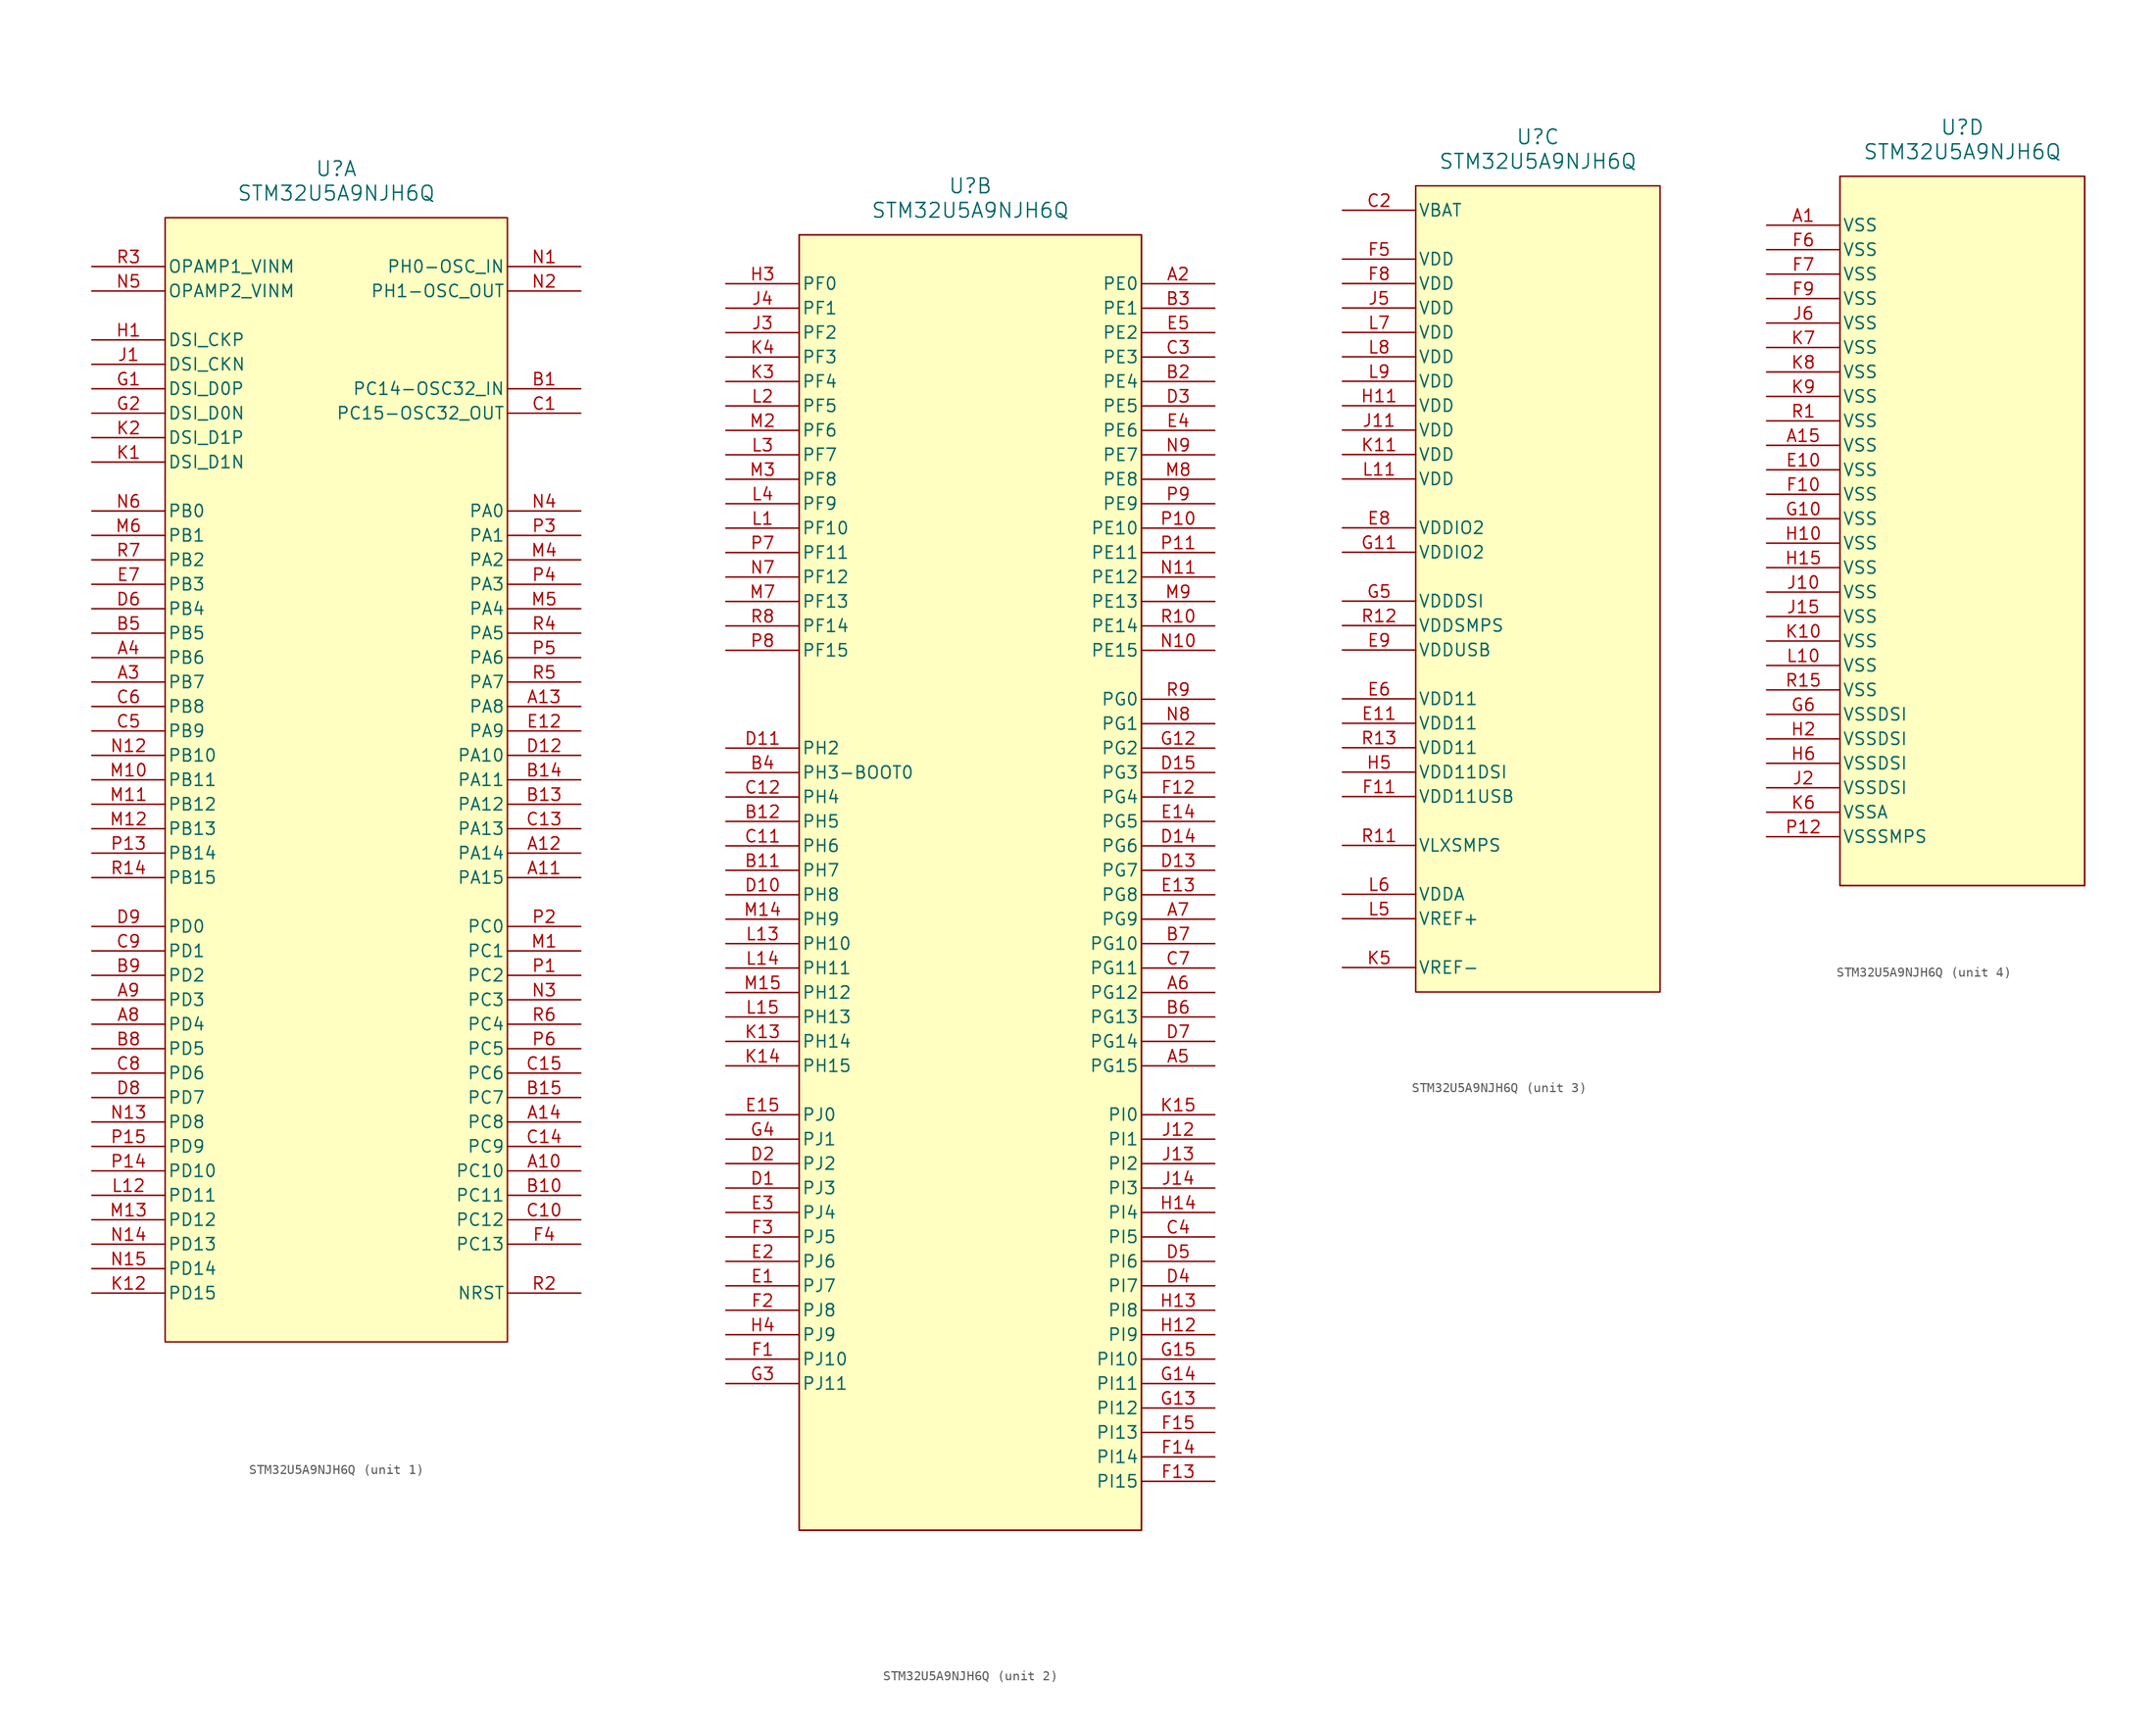
<source format=kicad_sym>
(kicad_symbol_lib
  (version 20220914)
  (generator kicad_symbol_editor)
  (symbol "STM32U5A9NJH6Q"
    (pin_names
      (offset 0.254))
    (property "Reference" "U"
      (at 0 40.64 0)
      (effects (font (size 1.524 1.524))))
    (property "Value" "STM32U5A9NJH6Q"
      (at 0 38.1 0)
      (effects (font (size 1.524 1.524))))
    (property "ki_locked" ""
      (at 0 0 0)
      (effects (font (size 1.27 1.27))))
    (symbol "STM32U5A9NJH6Q_1_1"
      (rectangle (start -17.78 35.56) (end 17.78 -81.28) (stroke (width 0) (type default)) (fill (type background)))
      (pin bidirectional line (at 25.4 -63.5 180) (length 7.62) (name "PC10" (effects (font (size 1.27 1.27)))) (number "A10" (effects (font (size 1.27 1.27)))))
      (pin bidirectional line (at 25.4 -33.02 180) (length 7.62) (name "PA15" (effects (font (size 1.27 1.27)))) (number "A11" (effects (font (size 1.27 1.27)))))
      (pin bidirectional line (at 25.4 -30.48 180) (length 7.62) (name "PA14" (effects (font (size 1.27 1.27)))) (number "A12" (effects (font (size 1.27 1.27)))))
      (pin bidirectional line (at 25.4 -15.24 180) (length 7.62) (name "PA8" (effects (font (size 1.27 1.27)))) (number "A13" (effects (font (size 1.27 1.27)))))
      (pin bidirectional line (at 25.4 -58.42 180) (length 7.62) (name "PC8" (effects (font (size 1.27 1.27)))) (number "A14" (effects (font (size 1.27 1.27)))))
      (pin bidirectional line (at -25.4 -12.7 0) (length 7.62) (name "PB7" (effects (font (size 1.27 1.27)))) (number "A3" (effects (font (size 1.27 1.27)))))
      (pin bidirectional line (at -25.4 -10.16 0) (length 7.62) (name "PB6" (effects (font (size 1.27 1.27)))) (number "A4" (effects (font (size 1.27 1.27)))))
      (pin bidirectional line (at -25.4 -48.26 0) (length 7.62) (name "PD4" (effects (font (size 1.27 1.27)))) (number "A8" (effects (font (size 1.27 1.27)))))
      (pin bidirectional line (at -25.4 -45.72 0) (length 7.62) (name "PD3" (effects (font (size 1.27 1.27)))) (number "A9" (effects (font (size 1.27 1.27)))))
      (pin bidirectional line (at 25.4 17.78 180) (length 7.62) (name "PC14-OSC32_IN" (effects (font (size 1.27 1.27)))) (number "B1" (effects (font (size 1.27 1.27)))))
      (pin bidirectional line (at 25.4 -66.04 180) (length 7.62) (name "PC11" (effects (font (size 1.27 1.27)))) (number "B10" (effects (font (size 1.27 1.27)))))
      (pin bidirectional line (at 25.4 -25.4 180) (length 7.62) (name "PA12" (effects (font (size 1.27 1.27)))) (number "B13" (effects (font (size 1.27 1.27)))))
      (pin bidirectional line (at 25.4 -22.86 180) (length 7.62) (name "PA11" (effects (font (size 1.27 1.27)))) (number "B14" (effects (font (size 1.27 1.27)))))
      (pin bidirectional line (at 25.4 -55.88 180) (length 7.62) (name "PC7" (effects (font (size 1.27 1.27)))) (number "B15" (effects (font (size 1.27 1.27)))))
      (pin bidirectional line (at -25.4 -7.62 0) (length 7.62) (name "PB5" (effects (font (size 1.27 1.27)))) (number "B5" (effects (font (size 1.27 1.27)))))
      (pin bidirectional line (at -25.4 -50.8 0) (length 7.62) (name "PD5" (effects (font (size 1.27 1.27)))) (number "B8" (effects (font (size 1.27 1.27)))))
      (pin bidirectional line (at -25.4 -43.18 0) (length 7.62) (name "PD2" (effects (font (size 1.27 1.27)))) (number "B9" (effects (font (size 1.27 1.27)))))
      (pin bidirectional line (at 25.4 15.24 180) (length 7.62) (name "PC15-OSC32_OUT" (effects (font (size 1.27 1.27)))) (number "C1" (effects (font (size 1.27 1.27)))))
      (pin bidirectional line (at 25.4 -68.58 180) (length 7.62) (name "PC12" (effects (font (size 1.27 1.27)))) (number "C10" (effects (font (size 1.27 1.27)))))
      (pin bidirectional line (at 25.4 -27.94 180) (length 7.62) (name "PA13" (effects (font (size 1.27 1.27)))) (number "C13" (effects (font (size 1.27 1.27)))))
      (pin bidirectional line (at 25.4 -60.96 180) (length 7.62) (name "PC9" (effects (font (size 1.27 1.27)))) (number "C14" (effects (font (size 1.27 1.27)))))
      (pin bidirectional line (at 25.4 -53.34 180) (length 7.62) (name "PC6" (effects (font (size 1.27 1.27)))) (number "C15" (effects (font (size 1.27 1.27)))))
      (pin bidirectional line (at -25.4 -17.78 0) (length 7.62) (name "PB9" (effects (font (size 1.27 1.27)))) (number "C5" (effects (font (size 1.27 1.27)))))
      (pin bidirectional line (at -25.4 -15.24 0) (length 7.62) (name "PB8" (effects (font (size 1.27 1.27)))) (number "C6" (effects (font (size 1.27 1.27)))))
      (pin bidirectional line (at -25.4 -53.34 0) (length 7.62) (name "PD6" (effects (font (size 1.27 1.27)))) (number "C8" (effects (font (size 1.27 1.27)))))
      (pin bidirectional line (at -25.4 -40.64 0) (length 7.62) (name "PD1" (effects (font (size 1.27 1.27)))) (number "C9" (effects (font (size 1.27 1.27)))))
      (pin bidirectional line (at 25.4 -20.32 180) (length 7.62) (name "PA10" (effects (font (size 1.27 1.27)))) (number "D12" (effects (font (size 1.27 1.27)))))
      (pin bidirectional line (at -25.4 -5.08 0) (length 7.62) (name "PB4" (effects (font (size 1.27 1.27)))) (number "D6" (effects (font (size 1.27 1.27)))))
      (pin bidirectional line (at -25.4 -55.88 0) (length 7.62) (name "PD7" (effects (font (size 1.27 1.27)))) (number "D8" (effects (font (size 1.27 1.27)))))
      (pin bidirectional line (at -25.4 -38.1 0) (length 7.62) (name "PD0" (effects (font (size 1.27 1.27)))) (number "D9" (effects (font (size 1.27 1.27)))))
      (pin bidirectional line (at 25.4 -17.78 180) (length 7.62) (name "PA9" (effects (font (size 1.27 1.27)))) (number "E12" (effects (font (size 1.27 1.27)))))
      (pin bidirectional line (at -25.4 -2.54 0) (length 7.62) (name "PB3" (effects (font (size 1.27 1.27)))) (number "E7" (effects (font (size 1.27 1.27)))))
      (pin bidirectional line (at 25.4 -71.12 180) (length 7.62) (name "PC13" (effects (font (size 1.27 1.27)))) (number "F4" (effects (font (size 1.27 1.27)))))
      (pin bidirectional line (at -25.4 17.78 0) (length 7.62) (name "DSI_D0P" (effects (font (size 1.27 1.27)))) (number "G1" (effects (font (size 1.27 1.27)))))
      (pin bidirectional line (at -25.4 15.24 0) (length 7.62) (name "DSI_D0N" (effects (font (size 1.27 1.27)))) (number "G2" (effects (font (size 1.27 1.27)))))
      (pin bidirectional line (at -25.4 22.86 0) (length 7.62) (name "DSI_CKP" (effects (font (size 1.27 1.27)))) (number "H1" (effects (font (size 1.27 1.27)))))
      (pin bidirectional line (at -25.4 20.32 0) (length 7.62) (name "DSI_CKN" (effects (font (size 1.27 1.27)))) (number "J1" (effects (font (size 1.27 1.27)))))
      (pin bidirectional line (at -25.4 10.16 0) (length 7.62) (name "DSI_D1N" (effects (font (size 1.27 1.27)))) (number "K1" (effects (font (size 1.27 1.27)))))
      (pin bidirectional line (at -25.4 -76.2 0) (length 7.62) (name "PD15" (effects (font (size 1.27 1.27)))) (number "K12" (effects (font (size 1.27 1.27)))))
      (pin bidirectional line (at -25.4 12.7 0) (length 7.62) (name "DSI_D1P" (effects (font (size 1.27 1.27)))) (number "K2" (effects (font (size 1.27 1.27)))))
      (pin bidirectional line (at -25.4 -66.04 0) (length 7.62) (name "PD11" (effects (font (size 1.27 1.27)))) (number "L12" (effects (font (size 1.27 1.27)))))
      (pin bidirectional line (at 25.4 -40.64 180) (length 7.62) (name "PC1" (effects (font (size 1.27 1.27)))) (number "M1" (effects (font (size 1.27 1.27)))))
      (pin bidirectional line (at -25.4 -22.86 0) (length 7.62) (name "PB11" (effects (font (size 1.27 1.27)))) (number "M10" (effects (font (size 1.27 1.27)))))
      (pin bidirectional line (at -25.4 -25.4 0) (length 7.62) (name "PB12" (effects (font (size 1.27 1.27)))) (number "M11" (effects (font (size 1.27 1.27)))))
      (pin bidirectional line (at -25.4 -27.94 0) (length 7.62) (name "PB13" (effects (font (size 1.27 1.27)))) (number "M12" (effects (font (size 1.27 1.27)))))
      (pin bidirectional line (at -25.4 -68.58 0) (length 7.62) (name "PD12" (effects (font (size 1.27 1.27)))) (number "M13" (effects (font (size 1.27 1.27)))))
      (pin bidirectional line (at 25.4 0 180) (length 7.62) (name "PA2" (effects (font (size 1.27 1.27)))) (number "M4" (effects (font (size 1.27 1.27)))))
      (pin bidirectional line (at 25.4 -5.08 180) (length 7.62) (name "PA4" (effects (font (size 1.27 1.27)))) (number "M5" (effects (font (size 1.27 1.27)))))
      (pin bidirectional line (at -25.4 2.54 0) (length 7.62) (name "PB1" (effects (font (size 1.27 1.27)))) (number "M6" (effects (font (size 1.27 1.27)))))
      (pin bidirectional line (at 25.4 30.48 180) (length 7.62) (name "PH0-OSC_IN" (effects (font (size 1.27 1.27)))) (number "N1" (effects (font (size 1.27 1.27)))))
      (pin bidirectional line (at -25.4 -20.32 0) (length 7.62) (name "PB10" (effects (font (size 1.27 1.27)))) (number "N12" (effects (font (size 1.27 1.27)))))
      (pin bidirectional line (at -25.4 -58.42 0) (length 7.62) (name "PD8" (effects (font (size 1.27 1.27)))) (number "N13" (effects (font (size 1.27 1.27)))))
      (pin bidirectional line (at -25.4 -71.12 0) (length 7.62) (name "PD13" (effects (font (size 1.27 1.27)))) (number "N14" (effects (font (size 1.27 1.27)))))
      (pin bidirectional line (at -25.4 -73.66 0) (length 7.62) (name "PD14" (effects (font (size 1.27 1.27)))) (number "N15" (effects (font (size 1.27 1.27)))))
      (pin bidirectional line (at 25.4 27.94 180) (length 7.62) (name "PH1-OSC_OUT" (effects (font (size 1.27 1.27)))) (number "N2" (effects (font (size 1.27 1.27)))))
      (pin bidirectional line (at 25.4 -45.72 180) (length 7.62) (name "PC3" (effects (font (size 1.27 1.27)))) (number "N3" (effects (font (size 1.27 1.27)))))
      (pin bidirectional line (at 25.4 5.08 180) (length 7.62) (name "PA0" (effects (font (size 1.27 1.27)))) (number "N4" (effects (font (size 1.27 1.27)))))
      (pin input line (at -25.4 27.94 0) (length 7.62) (name "OPAMP2_VINM" (effects (font (size 1.27 1.27)))) (number "N5" (effects (font (size 1.27 1.27)))))
      (pin bidirectional line (at -25.4 5.08 0) (length 7.62) (name "PB0" (effects (font (size 1.27 1.27)))) (number "N6" (effects (font (size 1.27 1.27)))))
      (pin bidirectional line (at 25.4 -43.18 180) (length 7.62) (name "PC2" (effects (font (size 1.27 1.27)))) (number "P1" (effects (font (size 1.27 1.27)))))
      (pin bidirectional line (at -25.4 -30.48 0) (length 7.62) (name "PB14" (effects (font (size 1.27 1.27)))) (number "P13" (effects (font (size 1.27 1.27)))))
      (pin bidirectional line (at -25.4 -63.5 0) (length 7.62) (name "PD10" (effects (font (size 1.27 1.27)))) (number "P14" (effects (font (size 1.27 1.27)))))
      (pin bidirectional line (at -25.4 -60.96 0) (length 7.62) (name "PD9" (effects (font (size 1.27 1.27)))) (number "P15" (effects (font (size 1.27 1.27)))))
      (pin bidirectional line (at 25.4 -38.1 180) (length 7.62) (name "PC0" (effects (font (size 1.27 1.27)))) (number "P2" (effects (font (size 1.27 1.27)))))
      (pin bidirectional line (at 25.4 2.54 180) (length 7.62) (name "PA1" (effects (font (size 1.27 1.27)))) (number "P3" (effects (font (size 1.27 1.27)))))
      (pin bidirectional line (at 25.4 -2.54 180) (length 7.62) (name "PA3" (effects (font (size 1.27 1.27)))) (number "P4" (effects (font (size 1.27 1.27)))))
      (pin bidirectional line (at 25.4 -10.16 180) (length 7.62) (name "PA6" (effects (font (size 1.27 1.27)))) (number "P5" (effects (font (size 1.27 1.27)))))
      (pin bidirectional line (at 25.4 -50.8 180) (length 7.62) (name "PC5" (effects (font (size 1.27 1.27)))) (number "P6" (effects (font (size 1.27 1.27)))))
      (pin bidirectional line (at -25.4 -33.02 0) (length 7.62) (name "PB15" (effects (font (size 1.27 1.27)))) (number "R14" (effects (font (size 1.27 1.27)))))
      (pin bidirectional line (at 25.4 -76.2 180) (length 7.62) (name "NRST" (effects (font (size 1.27 1.27)))) (number "R2" (effects (font (size 1.27 1.27)))))
      (pin input line (at -25.4 30.48 0) (length 7.62) (name "OPAMP1_VINM" (effects (font (size 1.27 1.27)))) (number "R3" (effects (font (size 1.27 1.27)))))
      (pin bidirectional line (at 25.4 -7.62 180) (length 7.62) (name "PA5" (effects (font (size 1.27 1.27)))) (number "R4" (effects (font (size 1.27 1.27)))))
      (pin bidirectional line (at 25.4 -12.7 180) (length 7.62) (name "PA7" (effects (font (size 1.27 1.27)))) (number "R5" (effects (font (size 1.27 1.27)))))
      (pin bidirectional line (at 25.4 -48.26 180) (length 7.62) (name "PC4" (effects (font (size 1.27 1.27)))) (number "R6" (effects (font (size 1.27 1.27)))))
      (pin bidirectional line (at -25.4 0 0) (length 7.62) (name "PB2" (effects (font (size 1.27 1.27)))) (number "R7" (effects (font (size 1.27 1.27))))))
    (symbol "STM32U5A9NJH6Q_2_1"
      (rectangle (start -17.78 35.56) (end 17.78 -99.06) (stroke (width 0) (type default)) (fill (type background)))
      (polyline (pts (xy -17.78 -99.06) (xy 17.78 -99.06)) (stroke (width 0.127) (type default)) (fill (type none)))
      (polyline (pts (xy -17.78 35.56) (xy -17.78 -99.06)) (stroke (width 0.127) (type default)) (fill (type none)))
      (polyline (pts (xy 17.78 -99.06) (xy 17.78 35.56)) (stroke (width 0.127) (type default)) (fill (type none)))
      (polyline (pts (xy 17.78 35.56) (xy -17.78 35.56)) (stroke (width 0.127) (type default)) (fill (type none)))
      (pin bidirectional line (at 25.4 30.48 180) (length 7.62) (name "PE0" (effects (font (size 1.27 1.27)))) (number "A2" (effects (font (size 1.27 1.27)))))
      (pin bidirectional line (at 25.4 -50.8 180) (length 7.62) (name "PG15" (effects (font (size 1.27 1.27)))) (number "A5" (effects (font (size 1.27 1.27)))))
      (pin bidirectional line (at 25.4 -43.18 180) (length 7.62) (name "PG12" (effects (font (size 1.27 1.27)))) (number "A6" (effects (font (size 1.27 1.27)))))
      (pin bidirectional line (at 25.4 -35.56 180) (length 7.62) (name "PG9" (effects (font (size 1.27 1.27)))) (number "A7" (effects (font (size 1.27 1.27)))))
      (pin bidirectional line (at -25.4 -30.48 0) (length 7.62) (name "PH7" (effects (font (size 1.27 1.27)))) (number "B11" (effects (font (size 1.27 1.27)))))
      (pin bidirectional line (at -25.4 -25.4 0) (length 7.62) (name "PH5" (effects (font (size 1.27 1.27)))) (number "B12" (effects (font (size 1.27 1.27)))))
      (pin bidirectional line (at 25.4 20.32 180) (length 7.62) (name "PE4" (effects (font (size 1.27 1.27)))) (number "B2" (effects (font (size 1.27 1.27)))))
      (pin bidirectional line (at 25.4 27.94 180) (length 7.62) (name "PE1" (effects (font (size 1.27 1.27)))) (number "B3" (effects (font (size 1.27 1.27)))))
      (pin bidirectional line (at -25.4 -20.32 0) (length 7.62) (name "PH3-BOOT0" (effects (font (size 1.27 1.27)))) (number "B4" (effects (font (size 1.27 1.27)))))
      (pin bidirectional line (at 25.4 -45.72 180) (length 7.62) (name "PG13" (effects (font (size 1.27 1.27)))) (number "B6" (effects (font (size 1.27 1.27)))))
      (pin bidirectional line (at 25.4 -38.1 180) (length 7.62) (name "PG10" (effects (font (size 1.27 1.27)))) (number "B7" (effects (font (size 1.27 1.27)))))
      (pin bidirectional line (at -25.4 -27.94 0) (length 7.62) (name "PH6" (effects (font (size 1.27 1.27)))) (number "C11" (effects (font (size 1.27 1.27)))))
      (pin bidirectional line (at -25.4 -22.86 0) (length 7.62) (name "PH4" (effects (font (size 1.27 1.27)))) (number "C12" (effects (font (size 1.27 1.27)))))
      (pin bidirectional line (at 25.4 22.86 180) (length 7.62) (name "PE3" (effects (font (size 1.27 1.27)))) (number "C3" (effects (font (size 1.27 1.27)))))
      (pin bidirectional line (at 25.4 -68.58 180) (length 7.62) (name "PI5" (effects (font (size 1.27 1.27)))) (number "C4" (effects (font (size 1.27 1.27)))))
      (pin bidirectional line (at 25.4 -40.64 180) (length 7.62) (name "PG11" (effects (font (size 1.27 1.27)))) (number "C7" (effects (font (size 1.27 1.27)))))
      (pin bidirectional line (at -25.4 -63.5 0) (length 7.62) (name "PJ3" (effects (font (size 1.27 1.27)))) (number "D1" (effects (font (size 1.27 1.27)))))
      (pin bidirectional line (at -25.4 -33.02 0) (length 7.62) (name "PH8" (effects (font (size 1.27 1.27)))) (number "D10" (effects (font (size 1.27 1.27)))))
      (pin bidirectional line (at -25.4 -17.78 0) (length 7.62) (name "PH2" (effects (font (size 1.27 1.27)))) (number "D11" (effects (font (size 1.27 1.27)))))
      (pin bidirectional line (at 25.4 -30.48 180) (length 7.62) (name "PG7" (effects (font (size 1.27 1.27)))) (number "D13" (effects (font (size 1.27 1.27)))))
      (pin bidirectional line (at 25.4 -27.94 180) (length 7.62) (name "PG6" (effects (font (size 1.27 1.27)))) (number "D14" (effects (font (size 1.27 1.27)))))
      (pin bidirectional line (at 25.4 -20.32 180) (length 7.62) (name "PG3" (effects (font (size 1.27 1.27)))) (number "D15" (effects (font (size 1.27 1.27)))))
      (pin bidirectional line (at -25.4 -60.96 0) (length 7.62) (name "PJ2" (effects (font (size 1.27 1.27)))) (number "D2" (effects (font (size 1.27 1.27)))))
      (pin bidirectional line (at 25.4 17.78 180) (length 7.62) (name "PE5" (effects (font (size 1.27 1.27)))) (number "D3" (effects (font (size 1.27 1.27)))))
      (pin bidirectional line (at 25.4 -73.66 180) (length 7.62) (name "PI7" (effects (font (size 1.27 1.27)))) (number "D4" (effects (font (size 1.27 1.27)))))
      (pin bidirectional line (at 25.4 -71.12 180) (length 7.62) (name "PI6" (effects (font (size 1.27 1.27)))) (number "D5" (effects (font (size 1.27 1.27)))))
      (pin bidirectional line (at 25.4 -48.26 180) (length 7.62) (name "PG14" (effects (font (size 1.27 1.27)))) (number "D7" (effects (font (size 1.27 1.27)))))
      (pin bidirectional line (at -25.4 -73.66 0) (length 7.62) (name "PJ7" (effects (font (size 1.27 1.27)))) (number "E1" (effects (font (size 1.27 1.27)))))
      (pin bidirectional line (at 25.4 -33.02 180) (length 7.62) (name "PG8" (effects (font (size 1.27 1.27)))) (number "E13" (effects (font (size 1.27 1.27)))))
      (pin bidirectional line (at 25.4 -25.4 180) (length 7.62) (name "PG5" (effects (font (size 1.27 1.27)))) (number "E14" (effects (font (size 1.27 1.27)))))
      (pin bidirectional line (at -25.4 -55.88 0) (length 7.62) (name "PJ0" (effects (font (size 1.27 1.27)))) (number "E15" (effects (font (size 1.27 1.27)))))
      (pin bidirectional line (at -25.4 -71.12 0) (length 7.62) (name "PJ6" (effects (font (size 1.27 1.27)))) (number "E2" (effects (font (size 1.27 1.27)))))
      (pin bidirectional line (at -25.4 -66.04 0) (length 7.62) (name "PJ4" (effects (font (size 1.27 1.27)))) (number "E3" (effects (font (size 1.27 1.27)))))
      (pin bidirectional line (at 25.4 15.24 180) (length 7.62) (name "PE6" (effects (font (size 1.27 1.27)))) (number "E4" (effects (font (size 1.27 1.27)))))
      (pin bidirectional line (at 25.4 25.4 180) (length 7.62) (name "PE2" (effects (font (size 1.27 1.27)))) (number "E5" (effects (font (size 1.27 1.27)))))
      (pin bidirectional line (at -25.4 -81.28 0) (length 7.62) (name "PJ10" (effects (font (size 1.27 1.27)))) (number "F1" (effects (font (size 1.27 1.27)))))
      (pin bidirectional line (at 25.4 -22.86 180) (length 7.62) (name "PG4" (effects (font (size 1.27 1.27)))) (number "F12" (effects (font (size 1.27 1.27)))))
      (pin bidirectional line (at 25.4 -93.98 180) (length 7.62) (name "PI15" (effects (font (size 1.27 1.27)))) (number "F13" (effects (font (size 1.27 1.27)))))
      (pin bidirectional line (at 25.4 -91.44 180) (length 7.62) (name "PI14" (effects (font (size 1.27 1.27)))) (number "F14" (effects (font (size 1.27 1.27)))))
      (pin bidirectional line (at 25.4 -88.9 180) (length 7.62) (name "PI13" (effects (font (size 1.27 1.27)))) (number "F15" (effects (font (size 1.27 1.27)))))
      (pin bidirectional line (at -25.4 -76.2 0) (length 7.62) (name "PJ8" (effects (font (size 1.27 1.27)))) (number "F2" (effects (font (size 1.27 1.27)))))
      (pin bidirectional line (at -25.4 -68.58 0) (length 7.62) (name "PJ5" (effects (font (size 1.27 1.27)))) (number "F3" (effects (font (size 1.27 1.27)))))
      (pin bidirectional line (at 25.4 -17.78 180) (length 7.62) (name "PG2" (effects (font (size 1.27 1.27)))) (number "G12" (effects (font (size 1.27 1.27)))))
      (pin bidirectional line (at 25.4 -86.36 180) (length 7.62) (name "PI12" (effects (font (size 1.27 1.27)))) (number "G13" (effects (font (size 1.27 1.27)))))
      (pin bidirectional line (at 25.4 -83.82 180) (length 7.62) (name "PI11" (effects (font (size 1.27 1.27)))) (number "G14" (effects (font (size 1.27 1.27)))))
      (pin bidirectional line (at 25.4 -81.28 180) (length 7.62) (name "PI10" (effects (font (size 1.27 1.27)))) (number "G15" (effects (font (size 1.27 1.27)))))
      (pin bidirectional line (at -25.4 -83.82 0) (length 7.62) (name "PJ11" (effects (font (size 1.27 1.27)))) (number "G3" (effects (font (size 1.27 1.27)))))
      (pin bidirectional line (at -25.4 -58.42 0) (length 7.62) (name "PJ1" (effects (font (size 1.27 1.27)))) (number "G4" (effects (font (size 1.27 1.27)))))
      (pin bidirectional line (at 25.4 -78.74 180) (length 7.62) (name "PI9" (effects (font (size 1.27 1.27)))) (number "H12" (effects (font (size 1.27 1.27)))))
      (pin bidirectional line (at 25.4 -76.2 180) (length 7.62) (name "PI8" (effects (font (size 1.27 1.27)))) (number "H13" (effects (font (size 1.27 1.27)))))
      (pin bidirectional line (at 25.4 -66.04 180) (length 7.62) (name "PI4" (effects (font (size 1.27 1.27)))) (number "H14" (effects (font (size 1.27 1.27)))))
      (pin bidirectional line (at -25.4 30.48 0) (length 7.62) (name "PF0" (effects (font (size 1.27 1.27)))) (number "H3" (effects (font (size 1.27 1.27)))))
      (pin bidirectional line (at -25.4 -78.74 0) (length 7.62) (name "PJ9" (effects (font (size 1.27 1.27)))) (number "H4" (effects (font (size 1.27 1.27)))))
      (pin bidirectional line (at 25.4 -58.42 180) (length 7.62) (name "PI1" (effects (font (size 1.27 1.27)))) (number "J12" (effects (font (size 1.27 1.27)))))
      (pin bidirectional line (at 25.4 -60.96 180) (length 7.62) (name "PI2" (effects (font (size 1.27 1.27)))) (number "J13" (effects (font (size 1.27 1.27)))))
      (pin bidirectional line (at 25.4 -63.5 180) (length 7.62) (name "PI3" (effects (font (size 1.27 1.27)))) (number "J14" (effects (font (size 1.27 1.27)))))
      (pin bidirectional line (at -25.4 25.4 0) (length 7.62) (name "PF2" (effects (font (size 1.27 1.27)))) (number "J3" (effects (font (size 1.27 1.27)))))
      (pin bidirectional line (at -25.4 27.94 0) (length 7.62) (name "PF1" (effects (font (size 1.27 1.27)))) (number "J4" (effects (font (size 1.27 1.27)))))
      (pin bidirectional line (at -25.4 -48.26 0) (length 7.62) (name "PH14" (effects (font (size 1.27 1.27)))) (number "K13" (effects (font (size 1.27 1.27)))))
      (pin bidirectional line (at -25.4 -50.8 0) (length 7.62) (name "PH15" (effects (font (size 1.27 1.27)))) (number "K14" (effects (font (size 1.27 1.27)))))
      (pin bidirectional line (at 25.4 -55.88 180) (length 7.62) (name "PI0" (effects (font (size 1.27 1.27)))) (number "K15" (effects (font (size 1.27 1.27)))))
      (pin bidirectional line (at -25.4 20.32 0) (length 7.62) (name "PF4" (effects (font (size 1.27 1.27)))) (number "K3" (effects (font (size 1.27 1.27)))))
      (pin bidirectional line (at -25.4 22.86 0) (length 7.62) (name "PF3" (effects (font (size 1.27 1.27)))) (number "K4" (effects (font (size 1.27 1.27)))))
      (pin bidirectional line (at -25.4 5.08 0) (length 7.62) (name "PF10" (effects (font (size 1.27 1.27)))) (number "L1" (effects (font (size 1.27 1.27)))))
      (pin bidirectional line (at -25.4 -38.1 0) (length 7.62) (name "PH10" (effects (font (size 1.27 1.27)))) (number "L13" (effects (font (size 1.27 1.27)))))
      (pin bidirectional line (at -25.4 -40.64 0) (length 7.62) (name "PH11" (effects (font (size 1.27 1.27)))) (number "L14" (effects (font (size 1.27 1.27)))))
      (pin bidirectional line (at -25.4 -45.72 0) (length 7.62) (name "PH13" (effects (font (size 1.27 1.27)))) (number "L15" (effects (font (size 1.27 1.27)))))
      (pin bidirectional line (at -25.4 17.78 0) (length 7.62) (name "PF5" (effects (font (size 1.27 1.27)))) (number "L2" (effects (font (size 1.27 1.27)))))
      (pin bidirectional line (at -25.4 12.7 0) (length 7.62) (name "PF7" (effects (font (size 1.27 1.27)))) (number "L3" (effects (font (size 1.27 1.27)))))
      (pin bidirectional line (at -25.4 7.62 0) (length 7.62) (name "PF9" (effects (font (size 1.27 1.27)))) (number "L4" (effects (font (size 1.27 1.27)))))
      (pin bidirectional line (at -25.4 -35.56 0) (length 7.62) (name "PH9" (effects (font (size 1.27 1.27)))) (number "M14" (effects (font (size 1.27 1.27)))))
      (pin bidirectional line (at -25.4 -43.18 0) (length 7.62) (name "PH12" (effects (font (size 1.27 1.27)))) (number "M15" (effects (font (size 1.27 1.27)))))
      (pin bidirectional line (at -25.4 15.24 0) (length 7.62) (name "PF6" (effects (font (size 1.27 1.27)))) (number "M2" (effects (font (size 1.27 1.27)))))
      (pin bidirectional line (at -25.4 10.16 0) (length 7.62) (name "PF8" (effects (font (size 1.27 1.27)))) (number "M3" (effects (font (size 1.27 1.27)))))
      (pin bidirectional line (at -25.4 -2.54 0) (length 7.62) (name "PF13" (effects (font (size 1.27 1.27)))) (number "M7" (effects (font (size 1.27 1.27)))))
      (pin bidirectional line (at 25.4 10.16 180) (length 7.62) (name "PE8" (effects (font (size 1.27 1.27)))) (number "M8" (effects (font (size 1.27 1.27)))))
      (pin bidirectional line (at 25.4 -2.54 180) (length 7.62) (name "PE13" (effects (font (size 1.27 1.27)))) (number "M9" (effects (font (size 1.27 1.27)))))
      (pin bidirectional line (at 25.4 -7.62 180) (length 7.62) (name "PE15" (effects (font (size 1.27 1.27)))) (number "N10" (effects (font (size 1.27 1.27)))))
      (pin bidirectional line (at 25.4 0 180) (length 7.62) (name "PE12" (effects (font (size 1.27 1.27)))) (number "N11" (effects (font (size 1.27 1.27)))))
      (pin bidirectional line (at -25.4 0 0) (length 7.62) (name "PF12" (effects (font (size 1.27 1.27)))) (number "N7" (effects (font (size 1.27 1.27)))))
      (pin bidirectional line (at 25.4 -15.24 180) (length 7.62) (name "PG1" (effects (font (size 1.27 1.27)))) (number "N8" (effects (font (size 1.27 1.27)))))
      (pin bidirectional line (at 25.4 12.7 180) (length 7.62) (name "PE7" (effects (font (size 1.27 1.27)))) (number "N9" (effects (font (size 1.27 1.27)))))
      (pin bidirectional line (at 25.4 5.08 180) (length 7.62) (name "PE10" (effects (font (size 1.27 1.27)))) (number "P10" (effects (font (size 1.27 1.27)))))
      (pin bidirectional line (at 25.4 2.54 180) (length 7.62) (name "PE11" (effects (font (size 1.27 1.27)))) (number "P11" (effects (font (size 1.27 1.27)))))
      (pin bidirectional line (at -25.4 2.54 0) (length 7.62) (name "PF11" (effects (font (size 1.27 1.27)))) (number "P7" (effects (font (size 1.27 1.27)))))
      (pin bidirectional line (at -25.4 -7.62 0) (length 7.62) (name "PF15" (effects (font (size 1.27 1.27)))) (number "P8" (effects (font (size 1.27 1.27)))))
      (pin bidirectional line (at 25.4 7.62 180) (length 7.62) (name "PE9" (effects (font (size 1.27 1.27)))) (number "P9" (effects (font (size 1.27 1.27)))))
      (pin bidirectional line (at 25.4 -5.08 180) (length 7.62) (name "PE14" (effects (font (size 1.27 1.27)))) (number "R10" (effects (font (size 1.27 1.27)))))
      (pin bidirectional line (at -25.4 -5.08 0) (length 7.62) (name "PF14" (effects (font (size 1.27 1.27)))) (number "R8" (effects (font (size 1.27 1.27)))))
      (pin bidirectional line (at 25.4 -12.7 180) (length 7.62) (name "PG0" (effects (font (size 1.27 1.27)))) (number "R9" (effects (font (size 1.27 1.27))))))
    (symbol "STM32U5A9NJH6Q_3_1"
      (rectangle (start -12.7 35.56) (end 12.7 -48.26) (stroke (width 0) (type default)) (fill (type background)))
      (pin power_in line (at -20.32 33.02 0) (length 7.62) (name "VBAT" (effects (font (size 1.27 1.27)))) (number "C2" (effects (font (size 1.27 1.27)))))
      (pin power_in line (at -20.32 -20.32 0) (length 7.62) (name "VDD11" (effects (font (size 1.27 1.27)))) (number "E11" (effects (font (size 1.27 1.27)))))
      (pin power_in line (at -20.32 -17.78 0) (length 7.62) (name "VDD11" (effects (font (size 1.27 1.27)))) (number "E6" (effects (font (size 1.27 1.27)))))
      (pin power_in line (at -20.32 0 0) (length 7.62) (name "VDDIO2" (effects (font (size 1.27 1.27)))) (number "E8" (effects (font (size 1.27 1.27)))))
      (pin power_in line (at -20.32 -12.7 0) (length 7.62) (name "VDDUSB" (effects (font (size 1.27 1.27)))) (number "E9" (effects (font (size 1.27 1.27)))))
      (pin power_in line (at -20.32 -27.94 0) (length 7.62) (name "VDD11USB" (effects (font (size 1.27 1.27)))) (number "F11" (effects (font (size 1.27 1.27)))))
      (pin power_in line (at -20.32 27.94 0) (length 7.62) (name "VDD" (effects (font (size 1.27 1.27)))) (number "F5" (effects (font (size 1.27 1.27)))))
      (pin power_in line (at -20.32 25.4 0) (length 7.62) (name "VDD" (effects (font (size 1.27 1.27)))) (number "F8" (effects (font (size 1.27 1.27)))))
      (pin power_in line (at -20.32 -2.54 0) (length 7.62) (name "VDDIO2" (effects (font (size 1.27 1.27)))) (number "G11" (effects (font (size 1.27 1.27)))))
      (pin power_in line (at -20.32 -7.62 0) (length 7.62) (name "VDDDSI" (effects (font (size 1.27 1.27)))) (number "G5" (effects (font (size 1.27 1.27)))))
      (pin power_in line (at -20.32 12.7 0) (length 7.62) (name "VDD" (effects (font (size 1.27 1.27)))) (number "H11" (effects (font (size 1.27 1.27)))))
      (pin power_in line (at -20.32 -25.4 0) (length 7.62) (name "VDD11DSI" (effects (font (size 1.27 1.27)))) (number "H5" (effects (font (size 1.27 1.27)))))
      (pin power_in line (at -20.32 10.16 0) (length 7.62) (name "VDD" (effects (font (size 1.27 1.27)))) (number "J11" (effects (font (size 1.27 1.27)))))
      (pin power_in line (at -20.32 22.86 0) (length 7.62) (name "VDD" (effects (font (size 1.27 1.27)))) (number "J5" (effects (font (size 1.27 1.27)))))
      (pin power_in line (at -20.32 7.62 0) (length 7.62) (name "VDD" (effects (font (size 1.27 1.27)))) (number "K11" (effects (font (size 1.27 1.27)))))
      (pin power_in line (at -20.32 -45.72 0) (length 7.62) (name "VREF-" (effects (font (size 1.27 1.27)))) (number "K5" (effects (font (size 1.27 1.27)))))
      (pin power_in line (at -20.32 5.08 0) (length 7.62) (name "VDD" (effects (font (size 1.27 1.27)))) (number "L11" (effects (font (size 1.27 1.27)))))
      (pin power_in line (at -20.32 -40.64 0) (length 7.62) (name "VREF+" (effects (font (size 1.27 1.27)))) (number "L5" (effects (font (size 1.27 1.27)))))
      (pin power_in line (at -20.32 -38.1 0) (length 7.62) (name "VDDA" (effects (font (size 1.27 1.27)))) (number "L6" (effects (font (size 1.27 1.27)))))
      (pin power_in line (at -20.32 20.32 0) (length 7.62) (name "VDD" (effects (font (size 1.27 1.27)))) (number "L7" (effects (font (size 1.27 1.27)))))
      (pin power_in line (at -20.32 17.78 0) (length 7.62) (name "VDD" (effects (font (size 1.27 1.27)))) (number "L8" (effects (font (size 1.27 1.27)))))
      (pin power_in line (at -20.32 15.24 0) (length 7.62) (name "VDD" (effects (font (size 1.27 1.27)))) (number "L9" (effects (font (size 1.27 1.27)))))
      (pin power_in line (at -20.32 -33.02 0) (length 7.62) (name "VLXSMPS" (effects (font (size 1.27 1.27)))) (number "R11" (effects (font (size 1.27 1.27)))))
      (pin power_in line (at -20.32 -10.16 0) (length 7.62) (name "VDDSMPS" (effects (font (size 1.27 1.27)))) (number "R12" (effects (font (size 1.27 1.27)))))
      (pin power_in line (at -20.32 -22.86 0) (length 7.62) (name "VDD11" (effects (font (size 1.27 1.27)))) (number "R13" (effects (font (size 1.27 1.27))))))
    (symbol "STM32U5A9NJH6Q_4_1"
      (rectangle (start -12.7 35.56) (end 12.7 -38.1) (stroke (width 0) (type default)) (fill (type background)))
      (polyline (pts (xy -12.7 -38.1) (xy 12.7 -38.1)) (stroke (width 0.127) (type default)) (fill (type none)))
      (polyline (pts (xy -12.7 35.56) (xy -12.7 -38.1)) (stroke (width 0.127) (type default)) (fill (type none)))
      (polyline (pts (xy 12.7 -38.1) (xy 12.7 35.56)) (stroke (width 0.127) (type default)) (fill (type none)))
      (polyline (pts (xy 12.7 35.56) (xy -12.7 35.56)) (stroke (width 0.127) (type default)) (fill (type none)))
      (pin power_in line (at -20.32 30.48 0) (length 7.62) (name "VSS" (effects (font (size 1.27 1.27)))) (number "A1" (effects (font (size 1.27 1.27)))))
      (pin power_in line (at -20.32 7.62 0) (length 7.62) (name "VSS" (effects (font (size 1.27 1.27)))) (number "A15" (effects (font (size 1.27 1.27)))))
      (pin power_in line (at -20.32 5.08 0) (length 7.62) (name "VSS" (effects (font (size 1.27 1.27)))) (number "E10" (effects (font (size 1.27 1.27)))))
      (pin power_in line (at -20.32 2.54 0) (length 7.62) (name "VSS" (effects (font (size 1.27 1.27)))) (number "F10" (effects (font (size 1.27 1.27)))))
      (pin power_in line (at -20.32 27.94 0) (length 7.62) (name "VSS" (effects (font (size 1.27 1.27)))) (number "F6" (effects (font (size 1.27 1.27)))))
      (pin power_in line (at -20.32 25.4 0) (length 7.62) (name "VSS" (effects (font (size 1.27 1.27)))) (number "F7" (effects (font (size 1.27 1.27)))))
      (pin power_in line (at -20.32 22.86 0) (length 7.62) (name "VSS" (effects (font (size 1.27 1.27)))) (number "F9" (effects (font (size 1.27 1.27)))))
      (pin power_in line (at -20.32 0 0) (length 7.62) (name "VSS" (effects (font (size 1.27 1.27)))) (number "G10" (effects (font (size 1.27 1.27)))))
      (pin power_in line (at -20.32 -20.32 0) (length 7.62) (name "VSSDSI" (effects (font (size 1.27 1.27)))) (number "G6" (effects (font (size 1.27 1.27)))))
      (pin power_in line (at -20.32 -2.54 0) (length 7.62) (name "VSS" (effects (font (size 1.27 1.27)))) (number "H10" (effects (font (size 1.27 1.27)))))
      (pin power_in line (at -20.32 -5.08 0) (length 7.62) (name "VSS" (effects (font (size 1.27 1.27)))) (number "H15" (effects (font (size 1.27 1.27)))))
      (pin power_in line (at -20.32 -22.86 0) (length 7.62) (name "VSSDSI" (effects (font (size 1.27 1.27)))) (number "H2" (effects (font (size 1.27 1.27)))))
      (pin power_in line (at -20.32 -25.4 0) (length 7.62) (name "VSSDSI" (effects (font (size 1.27 1.27)))) (number "H6" (effects (font (size 1.27 1.27)))))
      (pin power_in line (at -20.32 -7.62 0) (length 7.62) (name "VSS" (effects (font (size 1.27 1.27)))) (number "J10" (effects (font (size 1.27 1.27)))))
      (pin power_in line (at -20.32 -10.16 0) (length 7.62) (name "VSS" (effects (font (size 1.27 1.27)))) (number "J15" (effects (font (size 1.27 1.27)))))
      (pin power_in line (at -20.32 -27.94 0) (length 7.62) (name "VSSDSI" (effects (font (size 1.27 1.27)))) (number "J2" (effects (font (size 1.27 1.27)))))
      (pin power_in line (at -20.32 20.32 0) (length 7.62) (name "VSS" (effects (font (size 1.27 1.27)))) (number "J6" (effects (font (size 1.27 1.27)))))
      (pin power_in line (at -20.32 -12.7 0) (length 7.62) (name "VSS" (effects (font (size 1.27 1.27)))) (number "K10" (effects (font (size 1.27 1.27)))))
      (pin power_in line (at -20.32 -30.48 0) (length 7.62) (name "VSSA" (effects (font (size 1.27 1.27)))) (number "K6" (effects (font (size 1.27 1.27)))))
      (pin power_in line (at -20.32 17.78 0) (length 7.62) (name "VSS" (effects (font (size 1.27 1.27)))) (number "K7" (effects (font (size 1.27 1.27)))))
      (pin power_in line (at -20.32 15.24 0) (length 7.62) (name "VSS" (effects (font (size 1.27 1.27)))) (number "K8" (effects (font (size 1.27 1.27)))))
      (pin power_in line (at -20.32 12.7 0) (length 7.62) (name "VSS" (effects (font (size 1.27 1.27)))) (number "K9" (effects (font (size 1.27 1.27)))))
      (pin power_in line (at -20.32 -15.24 0) (length 7.62) (name "VSS" (effects (font (size 1.27 1.27)))) (number "L10" (effects (font (size 1.27 1.27)))))
      (pin power_in line (at -20.32 -33.02 0) (length 7.62) (name "VSSSMPS" (effects (font (size 1.27 1.27)))) (number "P12" (effects (font (size 1.27 1.27)))))
      (pin power_in line (at -20.32 10.16 0) (length 7.62) (name "VSS" (effects (font (size 1.27 1.27)))) (number "R1" (effects (font (size 1.27 1.27)))))
      (pin power_in line (at -20.32 -17.78 0) (length 7.62) (name "VSS" (effects (font (size 1.27 1.27)))) (number "R15" (effects (font (size 1.27 1.27))))))))
</source>
